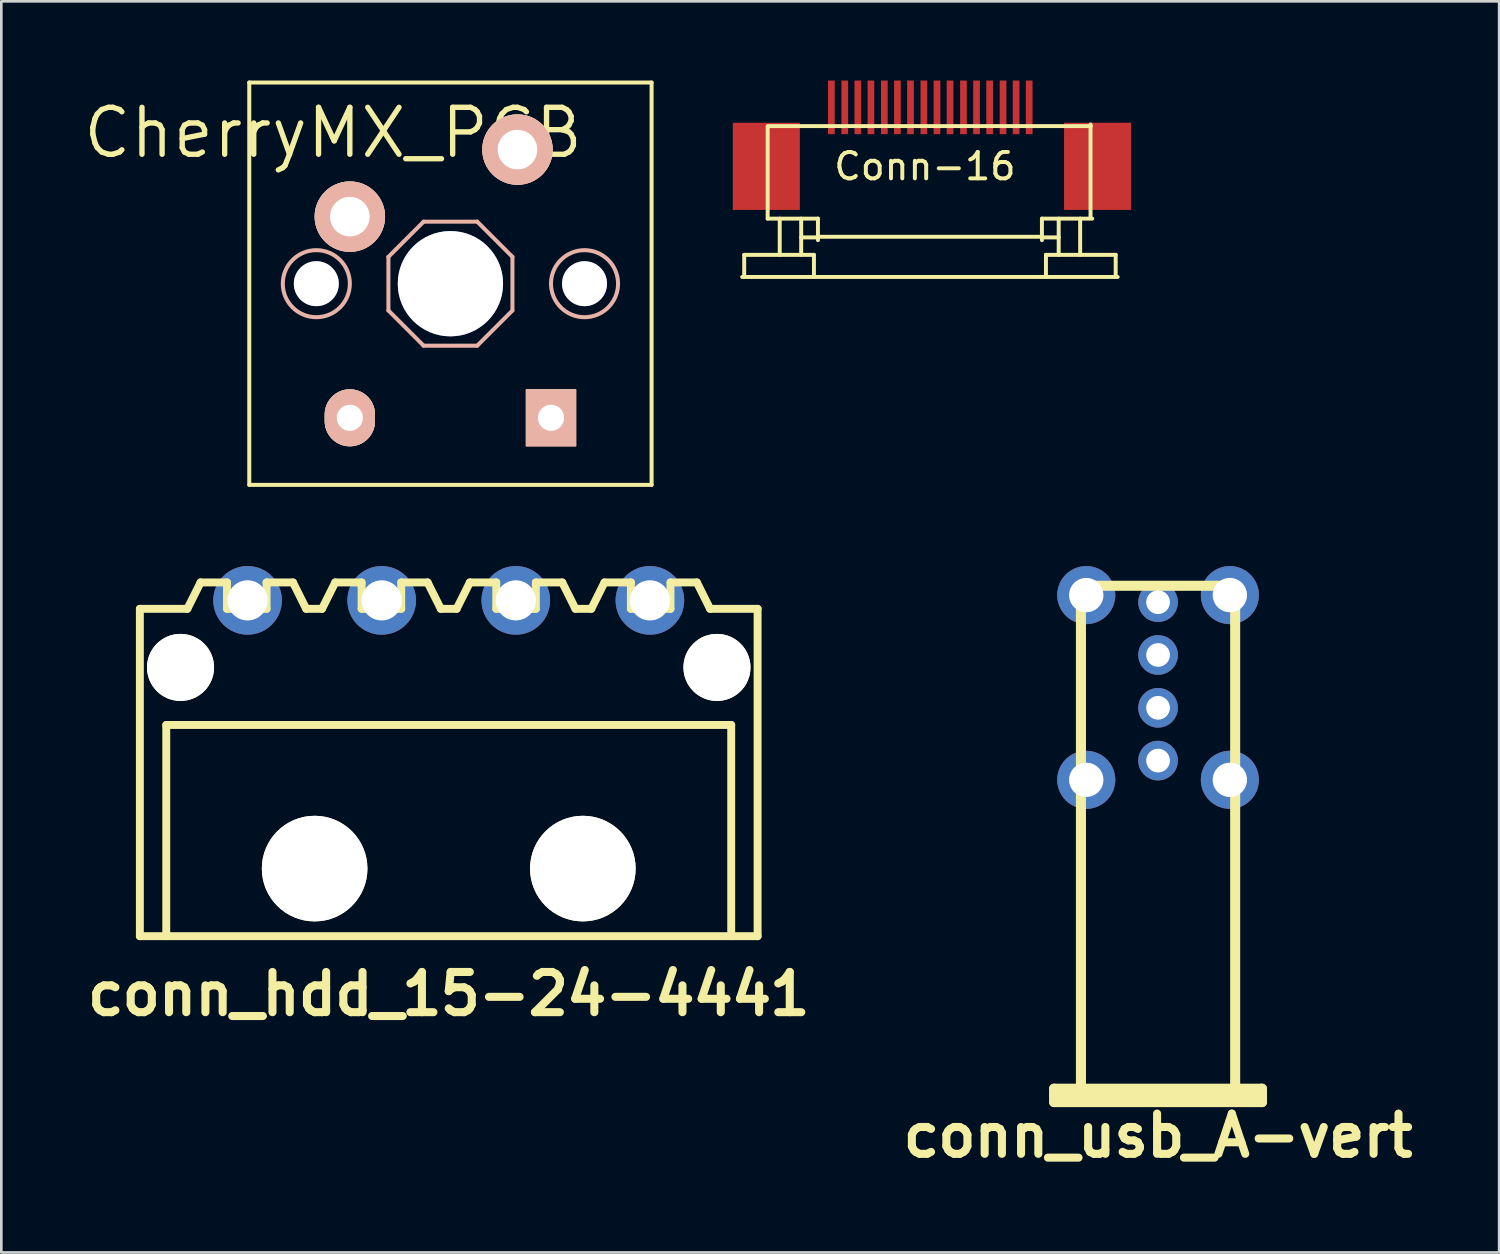
<source format=kicad_pcb>
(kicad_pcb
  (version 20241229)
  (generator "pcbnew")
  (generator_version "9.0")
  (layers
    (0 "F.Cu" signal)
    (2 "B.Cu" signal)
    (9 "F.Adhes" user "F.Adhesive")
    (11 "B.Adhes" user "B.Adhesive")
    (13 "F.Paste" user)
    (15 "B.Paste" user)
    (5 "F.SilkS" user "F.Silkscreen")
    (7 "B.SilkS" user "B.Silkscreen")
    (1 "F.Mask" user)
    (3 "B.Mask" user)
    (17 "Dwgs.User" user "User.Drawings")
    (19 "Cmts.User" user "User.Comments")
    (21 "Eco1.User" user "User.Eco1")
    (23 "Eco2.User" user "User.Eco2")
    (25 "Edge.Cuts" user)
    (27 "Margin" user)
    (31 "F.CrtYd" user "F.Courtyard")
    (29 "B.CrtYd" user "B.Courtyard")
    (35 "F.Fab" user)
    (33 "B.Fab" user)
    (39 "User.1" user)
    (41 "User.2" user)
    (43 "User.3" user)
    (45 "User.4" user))
  (footprint "Conn-16"
    (layer "F.Cu")
    (at 33.192 4.267)
    (property "Reference" "Conn-16" (at -1.206 -1.016 0) (layer "F.SilkS") (effects (font (size 1 1) (thickness 0.15))))
    (attr smd)
    (fp_line (start -8.128 3.175) (end 6.096 3.175) (stroke (width 0.15) (type solid)) (layer "F.SilkS"))
    (fp_line (start -8.052 2.337) (end -5.41 2.337) (stroke (width 0.15) (type solid)) (layer "F.SilkS"))
    (fp_line (start -8.052 3.15) (end -8.052 2.337) (stroke (width 0.15) (type solid)) (layer "F.SilkS"))
    (fp_line (start -7.163 -2.54) (end -7.163 0.965) (stroke (width 0.15) (type solid)) (layer "F.SilkS"))
    (fp_line (start -7.163 0.965) (end -5.258 0.965) (stroke (width 0.15) (type solid)) (layer "F.SilkS"))
    (fp_line (start -6.706 0.965) (end -6.706 2.337) (stroke (width 0.15) (type solid)) (layer "F.SilkS"))
    (fp_line (start -5.893 0.965) (end -5.893 2.337) (stroke (width 0.15) (type solid)) (layer "F.SilkS"))
    (fp_line (start -5.41 2.337) (end -5.41 3.15) (stroke (width 0.15) (type solid)) (layer "F.SilkS"))
    (fp_line (start -5.258 0.965) (end -5.258 1.778) (stroke (width 0.15) (type solid)) (layer "F.SilkS"))
    (fp_line (start -5.258 1.676) (end -5.893 1.676) (stroke (width 0.15) (type solid)) (layer "F.SilkS"))
    (fp_line (start -5.207 1.651) (end 3.175 1.651) (stroke (width 0.15) (type solid)) (layer "F.SilkS"))
    (fp_line (start 3.226 0.965) (end 5.131 0.965) (stroke (width 0.15) (type solid)) (layer "F.SilkS"))
    (fp_line (start 3.226 1.676) (end 3.861 1.676) (stroke (width 0.15) (type solid)) (layer "F.SilkS"))
    (fp_line (start 3.226 1.778) (end 3.226 0.965) (stroke (width 0.15) (type solid)) (layer "F.SilkS"))
    (fp_line (start 3.378 2.337) (end 3.378 3.15) (stroke (width 0.15) (type solid)) (layer "F.SilkS"))
    (fp_line (start 3.861 0.965) (end 3.861 2.337) (stroke (width 0.15) (type solid)) (layer "F.SilkS"))
    (fp_line (start 4.674 0.965) (end 4.674 2.337) (stroke (width 0.15) (type solid)) (layer "F.SilkS"))
    (fp_line (start 5.067 0.902) (end 5.067 -2.603) (stroke (width 0.15) (type solid)) (layer "F.SilkS"))
    (fp_line (start 5.08 -2.54) (end -7.112 -2.54) (stroke (width 0.15) (type solid)) (layer "F.SilkS"))
    (fp_line (start 6.02 2.337) (end 3.378 2.337) (stroke (width 0.15) (type solid)) (layer "F.SilkS"))
    (fp_line (start 6.02 3.15) (end 6.02 2.337) (stroke (width 0.15) (type solid)) (layer "F.SilkS"))
    (pad "" smd rect (at -7.214 -1.016) (size 2.54 3.302) (layers "F.Cu" "F.Mask" "F.Paste"))
    (pad "" smd rect (at 5.334 -1.016) (size 2.54 3.302) (layers "F.Cu" "F.Mask" "F.Paste"))
    (pad "1" smd rect (at -4.75 -3.251) (size 0.254 2.032) (layers "F.Cu" "F.Mask" "F.Paste"))
    (pad "2" smd rect (at -4.242 -3.251) (size 0.254 2.032) (layers "F.Cu" "F.Mask" "F.Paste"))
    (pad "3" smd rect (at -3.747 -3.251) (size 0.254 2.032) (layers "F.Cu" "F.Mask" "F.Paste"))
    (pad "4" smd rect (at -3.251 -3.251) (size 0.254 2.032) (layers "F.Cu" "F.Mask" "F.Paste"))
    (pad "5" smd rect (at -2.743 -3.251) (size 0.254 2.032) (layers "F.Cu" "F.Mask" "F.Paste"))
    (pad "6" smd rect (at -2.248 -3.251) (size 0.254 2.032) (layers "F.Cu" "F.Mask" "F.Paste"))
    (pad "7" smd rect (at -1.753 -3.251) (size 0.254 2.032) (layers "F.Cu" "F.Mask" "F.Paste"))
    (pad "8" smd rect (at -1.245 -3.251) (size 0.254 2.032) (layers "F.Cu" "F.Mask" "F.Paste"))
    (pad "9" smd rect (at -0.749 -3.251) (size 0.254 2.032) (layers "F.Cu" "F.Mask" "F.Paste"))
    (pad "10" smd rect (at -0.254 -3.251) (size 0.254 2.032) (layers "F.Cu" "F.Mask" "F.Paste"))
    (pad "11" smd rect (at 0.254 -3.251) (size 0.254 2.032) (layers "F.Cu" "F.Mask" "F.Paste"))
    (pad "12" smd rect (at 0.749 -3.251) (size 0.254 2.032) (layers "F.Cu" "F.Mask" "F.Paste"))
    (pad "13" smd rect (at 1.245 -3.251) (size 0.254 2.032) (layers "F.Cu" "F.Mask" "F.Paste"))
    (pad "14" smd rect (at 1.753 -3.251) (size 0.254 2.032) (layers "F.Cu" "F.Mask" "F.Paste"))
    (pad "15" smd rect (at 2.248 -3.251) (size 0.254 2.032) (layers "F.Cu" "F.Mask" "F.Paste"))
    (pad "16" smd rect (at 2.743 -3.251) (size 0.254 2.032) (layers "F.Cu" "F.Mask" "F.Paste")))
  (footprint "conn_hdd_15-24-4441"
    (layer "F.Cu")
    (at 13.948 25.712)
    (property "Reference" "conn_hdd_15-24-4441" (at 0 8.89 0) (layer "F.SilkS") (effects (font (size 1.524 1.524) (thickness 0.305))))
    (attr through_hole)
    (fp_line (start -11.7 -5.7) (end -11.7 6.7) (stroke (width 0.3) (type solid)) (layer "F.SilkS"))
    (fp_line (start -11.7 6.7) (end 11.7 6.7) (stroke (width 0.3) (type solid)) (layer "F.SilkS"))
    (fp_line (start -10.7 -1.3) (end -10.7 6.7) (stroke (width 0.3) (type solid)) (layer "F.SilkS"))
    (fp_line (start -10.7 -1.3) (end 10.7 -1.3) (stroke (width 0.3) (type solid)) (layer "F.SilkS"))
    (fp_line (start -9.9 -5.7) (end -11.7 -5.7) (stroke (width 0.3) (type solid)) (layer "F.SilkS"))
    (fp_line (start -9.4 -6.7) (end -9.9 -5.7) (stroke (width 0.3) (type solid)) (layer "F.SilkS"))
    (fp_line (start -8.4 -6.7) (end -9.4 -6.7) (stroke (width 0.3) (type solid)) (layer "F.SilkS"))
    (fp_line (start -8.4 -5.7) (end -8.4 -6.7) (stroke (width 0.3) (type solid)) (layer "F.SilkS"))
    (fp_line (start -6.9 -6.7) (end -5.9 -6.7) (stroke (width 0.3) (type solid)) (layer "F.SilkS"))
    (fp_line (start -6.9 -5.7) (end -8.4 -5.7) (stroke (width 0.3) (type solid)) (layer "F.SilkS"))
    (fp_line (start -6.9 -5.7) (end -6.9 -6.7) (stroke (width 0.3) (type solid)) (layer "F.SilkS"))
    (fp_line (start -5.9 -6.7) (end -5.4 -5.7) (stroke (width 0.3) (type solid)) (layer "F.SilkS"))
    (fp_line (start -4.8 -5.7) (end -5.4 -5.7) (stroke (width 0.3) (type solid)) (layer "F.SilkS"))
    (fp_line (start -4.3 -6.7) (end -4.8 -5.7) (stroke (width 0.3) (type solid)) (layer "F.SilkS"))
    (fp_line (start -3.3 -6.7) (end -4.3 -6.7) (stroke (width 0.3) (type solid)) (layer "F.SilkS"))
    (fp_line (start -3.3 -5.7) (end -3.3 -6.7) (stroke (width 0.3) (type solid)) (layer "F.SilkS"))
    (fp_line (start -1.8 -6.7) (end -0.8 -6.7) (stroke (width 0.3) (type solid)) (layer "F.SilkS"))
    (fp_line (start -1.8 -5.7) (end -3.3 -5.7) (stroke (width 0.3) (type solid)) (layer "F.SilkS"))
    (fp_line (start -1.8 -5.7) (end -1.8 -6.7) (stroke (width 0.3) (type solid)) (layer "F.SilkS"))
    (fp_line (start -0.8 -6.7) (end -0.3 -5.7) (stroke (width 0.3) (type solid)) (layer "F.SilkS"))
    (fp_line (start 0.3 -5.7) (end -0.3 -5.7) (stroke (width 0.3) (type solid)) (layer "F.SilkS"))
    (fp_line (start 0.8 -6.7) (end 0.3 -5.7) (stroke (width 0.3) (type solid)) (layer "F.SilkS"))
    (fp_line (start 1.8 -6.7) (end 0.8 -6.7) (stroke (width 0.3) (type solid)) (layer "F.SilkS"))
    (fp_line (start 1.8 -5.7) (end 1.8 -6.7) (stroke (width 0.3) (type solid)) (layer "F.SilkS"))
    (fp_line (start 3.3 -6.7) (end 4.3 -6.7) (stroke (width 0.3) (type solid)) (layer "F.SilkS"))
    (fp_line (start 3.3 -5.7) (end 1.8 -5.7) (stroke (width 0.3) (type solid)) (layer "F.SilkS"))
    (fp_line (start 3.3 -5.7) (end 3.3 -6.7) (stroke (width 0.3) (type solid)) (layer "F.SilkS"))
    (fp_line (start 4.3 -6.7) (end 4.8 -5.7) (stroke (width 0.3) (type solid)) (layer "F.SilkS"))
    (fp_line (start 5.4 -5.7) (end 4.8 -5.7) (stroke (width 0.3) (type solid)) (layer "F.SilkS"))
    (fp_line (start 5.9 -6.7) (end 5.4 -5.7) (stroke (width 0.3) (type solid)) (layer "F.SilkS"))
    (fp_line (start 6.9 -6.7) (end 5.9 -6.7) (stroke (width 0.3) (type solid)) (layer "F.SilkS"))
    (fp_line (start 6.9 -5.7) (end 6.9 -6.7) (stroke (width 0.3) (type solid)) (layer "F.SilkS"))
    (fp_line (start 8.4 -6.7) (end 9.4 -6.7) (stroke (width 0.3) (type solid)) (layer "F.SilkS"))
    (fp_line (start 8.4 -5.7) (end 6.9 -5.7) (stroke (width 0.3) (type solid)) (layer "F.SilkS"))
    (fp_line (start 8.4 -5.7) (end 8.4 -6.7) (stroke (width 0.3) (type solid)) (layer "F.SilkS"))
    (fp_line (start 9.4 -6.7) (end 9.9 -5.7) (stroke (width 0.3) (type solid)) (layer "F.SilkS"))
    (fp_line (start 10.7 -1.3) (end 10.7 6.7) (stroke (width 0.3) (type solid)) (layer "F.SilkS"))
    (fp_line (start 11.7 -5.7) (end 9.9 -5.7) (stroke (width 0.3) (type solid)) (layer "F.SilkS"))
    (fp_line (start 11.7 -5.7) (end 11.7 6.7) (stroke (width 0.3) (type solid)) (layer "F.SilkS"))
    (pad "" np_thru_hole circle (at -10.16 -3.48) (size 2.54 2.54) (drill 2.54) (layers "*.Cu" "*.Mask" "F.SilkS"))
    (pad "" np_thru_hole circle (at -5.08 4.14) (size 4 4) (drill 4) (layers "*.Cu" "*.Mask" "F.SilkS"))
    (pad "" np_thru_hole circle (at 5.08 4.14) (size 4 4) (drill 4) (layers "*.Cu" "*.Mask" "F.SilkS"))
    (pad "" np_thru_hole circle (at 10.16 -3.48) (size 2.54 2.54) (drill 2.54) (layers "*.Cu" "*.Mask" "F.SilkS"))
    (pad "1" thru_hole circle (at -7.62 -6.02) (size 2.6 2.6) (drill 1.52) (layers "*.Cu" "*.Mask"))
    (pad "2" thru_hole circle (at -2.54 -6.02) (size 2.6 2.6) (drill 1.52) (layers "*.Cu" "*.Mask"))
    (pad "3" thru_hole circle (at 2.54 -6.02) (size 2.6 2.6) (drill 1.52) (layers "*.Cu" "*.Mask"))
    (pad "4" thru_hole circle (at 7.62 -6.02) (size 2.6 2.6) (drill 1.52) (layers "*.Cu" "*.Mask")))
  (footprint "CherryMX_PCB"
    (layer "F.Cu")
    (at 14.012 7.696)
    (property "Reference" "CherryMX_PCB" (at -4.445 -5.715 0) (layer "F.SilkS") (effects (font (size 1.778 1.778) (thickness 0.203))))
    (attr through_hole)
    (fp_line (start -7.62 -7.62) (end 7.62 -7.62) (stroke (width 0.152) (type solid)) (layer "F.SilkS"))
    (fp_line (start -7.62 7.62) (end -7.62 -7.62) (stroke (width 0.152) (type solid)) (layer "F.SilkS"))
    (fp_line (start 7.62 -7.62) (end 7.62 7.62) (stroke (width 0.152) (type solid)) (layer "F.SilkS"))
    (fp_line (start 7.62 7.62) (end -7.62 7.62) (stroke (width 0.152) (type solid)) (layer "F.SilkS"))
    (fp_line (start -2.349 -1.016) (end -1.016 -2.349) (stroke (width 0.152) (type solid)) (layer "B.SilkS"))
    (fp_line (start -2.349 1.016) (end -2.349 -1.016) (stroke (width 0.152) (type solid)) (layer "B.SilkS"))
    (fp_line (start -1.016 -2.349) (end 1.016 -2.349) (stroke (width 0.152) (type solid)) (layer "B.SilkS"))
    (fp_line (start -1.016 2.349) (end -2.349 1.016) (stroke (width 0.152) (type solid)) (layer "B.SilkS"))
    (fp_line (start 1.016 -2.349) (end 2.349 -1.016) (stroke (width 0.152) (type solid)) (layer "B.SilkS"))
    (fp_line (start 1.016 2.349) (end -1.016 2.349) (stroke (width 0.152) (type solid)) (layer "B.SilkS"))
    (fp_line (start 2.349 -1.016) (end 2.349 1.016) (stroke (width 0.152) (type solid)) (layer "B.SilkS"))
    (fp_line (start 2.349 1.016) (end 1.016 2.349) (stroke (width 0.152) (type solid)) (layer "B.SilkS"))
    (fp_circle (center -5.08 0) (end -3.81 0) (stroke (width 0.152) (type solid)) (fill no) (layer "B.SilkS"))
    (fp_circle (center 5.08 0) (end 6.35 0) (stroke (width 0.152) (type solid)) (fill no) (layer "B.SilkS"))
    (pad "1" thru_hole circle (at 2.54 -5.08) (size 2.667 2.667) (drill 1.499) (layers "*.Cu" "*.SilkS" "*.Mask"))
    (pad "2" thru_hole circle (at -3.81 -2.54) (size 2.667 2.667) (drill 1.499) (layers "*.Cu" "*.SilkS" "*.Mask"))
    (pad "3" thru_hole oval (at -3.81 5.08) (size 1.905 2.159) (drill 0.991) (layers "*.Cu" "*.SilkS" "*.Mask"))
    (pad "4" thru_hole rect (at 3.81 5.08) (size 1.905 2.159) (drill 0.991) (layers "*.Cu" "*.SilkS" "*.Mask"))
    (pad "HOLE" thru_hole circle (at -5.08 0) (size 1.702 1.702) (drill 1.702) (layers "*.Cu"))
    (pad "HOLE" thru_hole circle (at 0 0) (size 3.988 3.988) (drill 3.988) (layers "*.Cu"))
    (pad "HOLE" thru_hole circle (at 5.08 0) (size 1.702 1.702) (drill 1.702) (layers "*.Cu")))
  (footprint "conn_usb_A-vert"
    (layer "F.Cu")
    (at 40.817 28.791)
    (property "Reference" "conn_usb_A-vert" (at 0 11.176 0) (layer "F.SilkS") (effects (font (size 1.524 1.524) (thickness 0.305))))
    (attr through_hole)
    (fp_line (start -3.937 9.398) (end -3.937 9.906) (stroke (width 0.381) (type solid)) (layer "F.SilkS"))
    (fp_line (start -3.937 9.906) (end 3.937 9.906) (stroke (width 0.381) (type solid)) (layer "F.SilkS"))
    (fp_line (start -2.921 -9.652) (end -2.921 9.652) (stroke (width 0.381) (type solid)) (layer "F.SilkS"))
    (fp_line (start 2.921 -9.652) (end -2.921 -9.652) (stroke (width 0.381) (type solid)) (layer "F.SilkS"))
    (fp_line (start 2.921 9.652) (end 2.921 -9.652) (stroke (width 0.381) (type solid)) (layer "F.SilkS"))
    (fp_line (start 3.937 9.398) (end -3.937 9.398) (stroke (width 0.381) (type solid)) (layer "F.SilkS"))
    (fp_line (start 3.937 9.652) (end -3.937 9.652) (stroke (width 0.381) (type solid)) (layer "F.SilkS"))
    (fp_line (start 3.937 9.906) (end 3.937 9.398) (stroke (width 0.381) (type solid)) (layer "F.SilkS"))
    (pad "" thru_hole circle (at -2.72 -9.299) (size 2.2 2.2) (drill 1.3) (layers "*.Cu" "*.Mask"))
    (pad "" thru_hole circle (at -2.72 -2.301) (size 2.2 2.2) (drill 1.3) (layers "*.Cu" "*.Mask"))
    (pad "" thru_hole circle (at 2.72 -9.299) (size 2.2 2.2) (drill 1.3) (layers "*.Cu" "*.Mask"))
    (pad "" thru_hole circle (at 2.72 -2.301) (size 2.2 2.2) (drill 1.3) (layers "*.Cu" "*.Mask"))
    (pad "1" thru_hole circle (at 0 -3.03) (size 1.501 1.501) (drill 0.899) (layers "*.Cu" "*.Mask"))
    (pad "2" thru_hole circle (at 0 -5.029) (size 1.501 1.501) (drill 0.899) (layers "*.Cu" "*.Mask"))
    (pad "3" thru_hole circle (at 0 -7.031) (size 1.501 1.501) (drill 0.899) (layers "*.Cu" "*.Mask"))
    (pad "4" thru_hole circle (at 0 -9.03) (size 1.501 1.501) (drill 0.899) (layers "*.Cu" "*.Mask")))
  (gr_rect
    (start -3 -3)
    (end 53.737 44.394)
    (stroke (width 0.1) (type default))
    (fill no)
    (layer "Edge.Cuts")))
</source>
